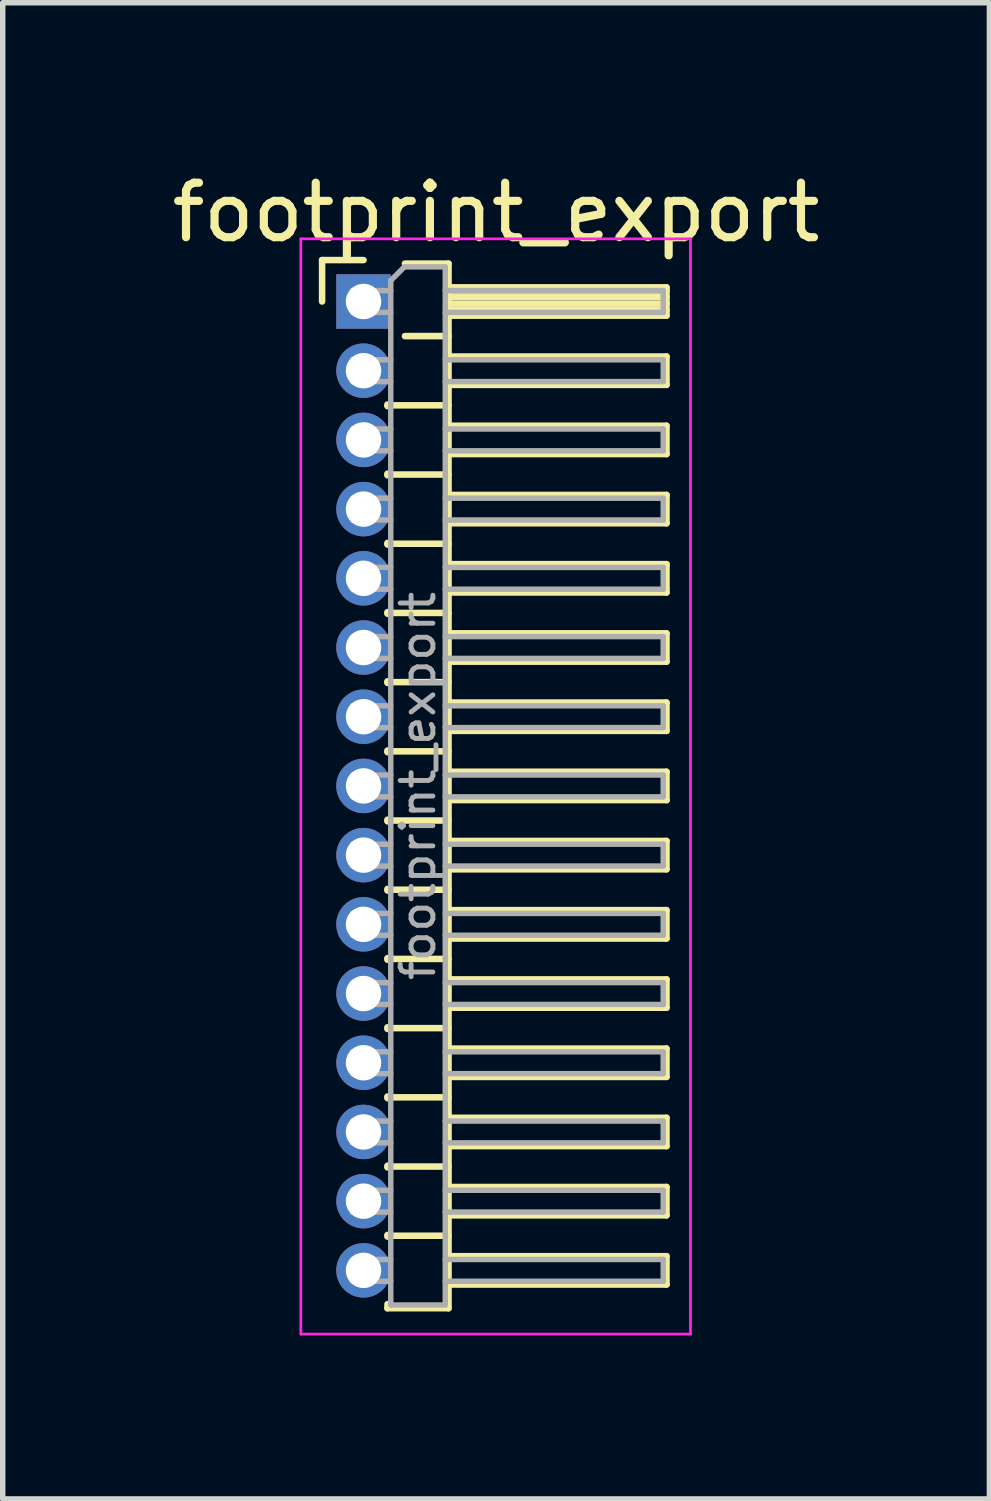
<source format=kicad_pcb>
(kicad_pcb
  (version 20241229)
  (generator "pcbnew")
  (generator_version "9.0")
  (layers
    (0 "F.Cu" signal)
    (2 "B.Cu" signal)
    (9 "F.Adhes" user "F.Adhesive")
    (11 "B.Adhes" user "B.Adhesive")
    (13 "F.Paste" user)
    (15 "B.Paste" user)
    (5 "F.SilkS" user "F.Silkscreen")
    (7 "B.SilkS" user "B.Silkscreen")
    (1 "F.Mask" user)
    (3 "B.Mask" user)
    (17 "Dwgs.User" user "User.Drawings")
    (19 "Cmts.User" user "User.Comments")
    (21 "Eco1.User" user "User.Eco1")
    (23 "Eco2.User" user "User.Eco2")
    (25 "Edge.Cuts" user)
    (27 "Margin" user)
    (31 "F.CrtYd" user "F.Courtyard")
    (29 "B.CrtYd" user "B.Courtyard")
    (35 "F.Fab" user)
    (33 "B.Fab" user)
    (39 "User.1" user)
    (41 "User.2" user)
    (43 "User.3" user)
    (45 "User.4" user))
  (footprint "footprint_export"
    (layer "F.Cu")
    (at 3.621 2.483)
    (property "Reference" "footprint_export" (at 2.433 -1.635 0) (layer "F.SilkS") (effects (font (size 1 1) (thickness 0.15))))
    (attr through_hole)
    (fp_line (start -0.76 -0.76) (end 0 -0.76) (stroke (width 0.12) (type solid)) (layer "F.SilkS"))
    (fp_line (start -0.76 0) (end -0.76 -0.76) (stroke (width 0.12) (type solid)) (layer "F.SilkS"))
    (fp_line (start 0.44 1.89) (end 0.44 1.92) (stroke (width 0.12) (type solid)) (layer "F.SilkS"))
    (fp_line (start 0.44 1.905) (end 1.56 1.905) (stroke (width 0.12) (type solid)) (layer "F.SilkS"))
    (fp_line (start 0.44 3.16) (end 0.44 3.19) (stroke (width 0.12) (type solid)) (layer "F.SilkS"))
    (fp_line (start 0.44 3.175) (end 1.56 3.175) (stroke (width 0.12) (type solid)) (layer "F.SilkS"))
    (fp_line (start 0.44 4.43) (end 0.44 4.46) (stroke (width 0.12) (type solid)) (layer "F.SilkS"))
    (fp_line (start 0.44 4.445) (end 1.56 4.445) (stroke (width 0.12) (type solid)) (layer "F.SilkS"))
    (fp_line (start 0.44 5.7) (end 0.44 5.73) (stroke (width 0.12) (type solid)) (layer "F.SilkS"))
    (fp_line (start 0.44 5.715) (end 1.56 5.715) (stroke (width 0.12) (type solid)) (layer "F.SilkS"))
    (fp_line (start 0.44 6.97) (end 0.44 7) (stroke (width 0.12) (type solid)) (layer "F.SilkS"))
    (fp_line (start 0.44 6.985) (end 1.56 6.985) (stroke (width 0.12) (type solid)) (layer "F.SilkS"))
    (fp_line (start 0.44 8.24) (end 0.44 8.27) (stroke (width 0.12) (type solid)) (layer "F.SilkS"))
    (fp_line (start 0.44 8.255) (end 1.56 8.255) (stroke (width 0.12) (type solid)) (layer "F.SilkS"))
    (fp_line (start 0.44 9.51) (end 0.44 9.54) (stroke (width 0.12) (type solid)) (layer "F.SilkS"))
    (fp_line (start 0.44 9.525) (end 1.56 9.525) (stroke (width 0.12) (type solid)) (layer "F.SilkS"))
    (fp_line (start 0.44 10.78) (end 0.44 10.81) (stroke (width 0.12) (type solid)) (layer "F.SilkS"))
    (fp_line (start 0.44 10.795) (end 1.56 10.795) (stroke (width 0.12) (type solid)) (layer "F.SilkS"))
    (fp_line (start 0.44 12.05) (end 0.44 12.08) (stroke (width 0.12) (type solid)) (layer "F.SilkS"))
    (fp_line (start 0.44 12.065) (end 1.56 12.065) (stroke (width 0.12) (type solid)) (layer "F.SilkS"))
    (fp_line (start 0.44 13.32) (end 0.44 13.35) (stroke (width 0.12) (type solid)) (layer "F.SilkS"))
    (fp_line (start 0.44 13.335) (end 1.56 13.335) (stroke (width 0.12) (type solid)) (layer "F.SilkS"))
    (fp_line (start 0.44 14.59) (end 0.44 14.62) (stroke (width 0.12) (type solid)) (layer "F.SilkS"))
    (fp_line (start 0.44 14.605) (end 1.56 14.605) (stroke (width 0.12) (type solid)) (layer "F.SilkS"))
    (fp_line (start 0.44 15.86) (end 0.44 15.89) (stroke (width 0.12) (type solid)) (layer "F.SilkS"))
    (fp_line (start 0.44 15.875) (end 1.56 15.875) (stroke (width 0.12) (type solid)) (layer "F.SilkS"))
    (fp_line (start 0.44 17.13) (end 0.44 17.16) (stroke (width 0.12) (type solid)) (layer "F.SilkS"))
    (fp_line (start 0.44 17.145) (end 1.56 17.145) (stroke (width 0.12) (type solid)) (layer "F.SilkS"))
    (fp_line (start 0.44 18.475) (end 0.44 18.4) (stroke (width 0.12) (type solid)) (layer "F.SilkS"))
    (fp_line (start 0.76 -0.695) (end 1.56 -0.695) (stroke (width 0.12) (type solid)) (layer "F.SilkS"))
    (fp_line (start 0.76 0.635) (end 1.56 0.635) (stroke (width 0.12) (type solid)) (layer "F.SilkS"))
    (fp_line (start 1.56 -0.695) (end 1.56 18.475) (stroke (width 0.12) (type solid)) (layer "F.SilkS"))
    (fp_line (start 1.56 -0.26) (end 5.56 -0.26) (stroke (width 0.12) (type solid)) (layer "F.SilkS"))
    (fp_line (start 1.56 -0.2) (end 5.56 -0.2) (stroke (width 0.12) (type solid)) (layer "F.SilkS"))
    (fp_line (start 1.56 -0.08) (end 5.56 -0.08) (stroke (width 0.12) (type solid)) (layer "F.SilkS"))
    (fp_line (start 1.56 0.04) (end 5.56 0.04) (stroke (width 0.12) (type solid)) (layer "F.SilkS"))
    (fp_line (start 1.56 0.16) (end 5.56 0.16) (stroke (width 0.12) (type solid)) (layer "F.SilkS"))
    (fp_line (start 1.56 1.01) (end 5.56 1.01) (stroke (width 0.12) (type solid)) (layer "F.SilkS"))
    (fp_line (start 1.56 2.28) (end 5.56 2.28) (stroke (width 0.12) (type solid)) (layer "F.SilkS"))
    (fp_line (start 1.56 3.55) (end 5.56 3.55) (stroke (width 0.12) (type solid)) (layer "F.SilkS"))
    (fp_line (start 1.56 4.82) (end 5.56 4.82) (stroke (width 0.12) (type solid)) (layer "F.SilkS"))
    (fp_line (start 1.56 6.09) (end 5.56 6.09) (stroke (width 0.12) (type solid)) (layer "F.SilkS"))
    (fp_line (start 1.56 7.36) (end 5.56 7.36) (stroke (width 0.12) (type solid)) (layer "F.SilkS"))
    (fp_line (start 1.56 8.63) (end 5.56 8.63) (stroke (width 0.12) (type solid)) (layer "F.SilkS"))
    (fp_line (start 1.56 9.9) (end 5.56 9.9) (stroke (width 0.12) (type solid)) (layer "F.SilkS"))
    (fp_line (start 1.56 11.17) (end 5.56 11.17) (stroke (width 0.12) (type solid)) (layer "F.SilkS"))
    (fp_line (start 1.56 12.44) (end 5.56 12.44) (stroke (width 0.12) (type solid)) (layer "F.SilkS"))
    (fp_line (start 1.56 13.71) (end 5.56 13.71) (stroke (width 0.12) (type solid)) (layer "F.SilkS"))
    (fp_line (start 1.56 14.98) (end 5.56 14.98) (stroke (width 0.12) (type solid)) (layer "F.SilkS"))
    (fp_line (start 1.56 16.25) (end 5.56 16.25) (stroke (width 0.12) (type solid)) (layer "F.SilkS"))
    (fp_line (start 1.56 17.52) (end 5.56 17.52) (stroke (width 0.12) (type solid)) (layer "F.SilkS"))
    (fp_line (start 1.56 18.475) (end 0.44 18.475) (stroke (width 0.12) (type solid)) (layer "F.SilkS"))
    (fp_line (start 5.56 -0.26) (end 5.56 0.26) (stroke (width 0.12) (type solid)) (layer "F.SilkS"))
    (fp_line (start 5.56 0.26) (end 1.56 0.26) (stroke (width 0.12) (type solid)) (layer "F.SilkS"))
    (fp_line (start 5.56 1.01) (end 5.56 1.53) (stroke (width 0.12) (type solid)) (layer "F.SilkS"))
    (fp_line (start 5.56 1.53) (end 1.56 1.53) (stroke (width 0.12) (type solid)) (layer "F.SilkS"))
    (fp_line (start 5.56 2.28) (end 5.56 2.8) (stroke (width 0.12) (type solid)) (layer "F.SilkS"))
    (fp_line (start 5.56 2.8) (end 1.56 2.8) (stroke (width 0.12) (type solid)) (layer "F.SilkS"))
    (fp_line (start 5.56 3.55) (end 5.56 4.07) (stroke (width 0.12) (type solid)) (layer "F.SilkS"))
    (fp_line (start 5.56 4.07) (end 1.56 4.07) (stroke (width 0.12) (type solid)) (layer "F.SilkS"))
    (fp_line (start 5.56 4.82) (end 5.56 5.34) (stroke (width 0.12) (type solid)) (layer "F.SilkS"))
    (fp_line (start 5.56 5.34) (end 1.56 5.34) (stroke (width 0.12) (type solid)) (layer "F.SilkS"))
    (fp_line (start 5.56 6.09) (end 5.56 6.61) (stroke (width 0.12) (type solid)) (layer "F.SilkS"))
    (fp_line (start 5.56 6.61) (end 1.56 6.61) (stroke (width 0.12) (type solid)) (layer "F.SilkS"))
    (fp_line (start 5.56 7.36) (end 5.56 7.88) (stroke (width 0.12) (type solid)) (layer "F.SilkS"))
    (fp_line (start 5.56 7.88) (end 1.56 7.88) (stroke (width 0.12) (type solid)) (layer "F.SilkS"))
    (fp_line (start 5.56 8.63) (end 5.56 9.15) (stroke (width 0.12) (type solid)) (layer "F.SilkS"))
    (fp_line (start 5.56 9.15) (end 1.56 9.15) (stroke (width 0.12) (type solid)) (layer "F.SilkS"))
    (fp_line (start 5.56 9.9) (end 5.56 10.42) (stroke (width 0.12) (type solid)) (layer "F.SilkS"))
    (fp_line (start 5.56 10.42) (end 1.56 10.42) (stroke (width 0.12) (type solid)) (layer "F.SilkS"))
    (fp_line (start 5.56 11.17) (end 5.56 11.69) (stroke (width 0.12) (type solid)) (layer "F.SilkS"))
    (fp_line (start 5.56 11.69) (end 1.56 11.69) (stroke (width 0.12) (type solid)) (layer "F.SilkS"))
    (fp_line (start 5.56 12.44) (end 5.56 12.96) (stroke (width 0.12) (type solid)) (layer "F.SilkS"))
    (fp_line (start 5.56 12.96) (end 1.56 12.96) (stroke (width 0.12) (type solid)) (layer "F.SilkS"))
    (fp_line (start 5.56 13.71) (end 5.56 14.23) (stroke (width 0.12) (type solid)) (layer "F.SilkS"))
    (fp_line (start 5.56 14.23) (end 1.56 14.23) (stroke (width 0.12) (type solid)) (layer "F.SilkS"))
    (fp_line (start 5.56 14.98) (end 5.56 15.5) (stroke (width 0.12) (type solid)) (layer "F.SilkS"))
    (fp_line (start 5.56 15.5) (end 1.56 15.5) (stroke (width 0.12) (type solid)) (layer "F.SilkS"))
    (fp_line (start 5.56 16.25) (end 5.56 16.77) (stroke (width 0.12) (type solid)) (layer "F.SilkS"))
    (fp_line (start 5.56 16.77) (end 1.56 16.77) (stroke (width 0.12) (type solid)) (layer "F.SilkS"))
    (fp_line (start 5.56 17.52) (end 5.56 18.04) (stroke (width 0.12) (type solid)) (layer "F.SilkS"))
    (fp_line (start 5.56 18.04) (end 1.56 18.04) (stroke (width 0.12) (type solid)) (layer "F.SilkS"))
    (fp_line (start -1.15 -1.15) (end -1.15 18.95) (stroke (width 0.05) (type solid)) (layer "F.CrtYd"))
    (fp_line (start -1.15 18.95) (end 6 18.95) (stroke (width 0.05) (type solid)) (layer "F.CrtYd"))
    (fp_line (start 6 -1.15) (end -1.15 -1.15) (stroke (width 0.05) (type solid)) (layer "F.CrtYd"))
    (fp_line (start 6 18.95) (end 6 -1.15) (stroke (width 0.05) (type solid)) (layer "F.CrtYd"))
    (fp_line (start -0.2 -0.2) (end -0.2 0.2) (stroke (width 0.1) (type solid)) (layer "F.Fab"))
    (fp_line (start -0.2 -0.2) (end 0.5 -0.2) (stroke (width 0.1) (type solid)) (layer "F.Fab"))
    (fp_line (start -0.2 0.2) (end 0.5 0.2) (stroke (width 0.1) (type solid)) (layer "F.Fab"))
    (fp_line (start -0.2 1.07) (end -0.2 1.47) (stroke (width 0.1) (type solid)) (layer "F.Fab"))
    (fp_line (start -0.2 1.07) (end 0.5 1.07) (stroke (width 0.1) (type solid)) (layer "F.Fab"))
    (fp_line (start -0.2 1.47) (end 0.5 1.47) (stroke (width 0.1) (type solid)) (layer "F.Fab"))
    (fp_line (start -0.2 2.34) (end -0.2 2.74) (stroke (width 0.1) (type solid)) (layer "F.Fab"))
    (fp_line (start -0.2 2.34) (end 0.5 2.34) (stroke (width 0.1) (type solid)) (layer "F.Fab"))
    (fp_line (start -0.2 2.74) (end 0.5 2.74) (stroke (width 0.1) (type solid)) (layer "F.Fab"))
    (fp_line (start -0.2 3.61) (end -0.2 4.01) (stroke (width 0.1) (type solid)) (layer "F.Fab"))
    (fp_line (start -0.2 3.61) (end 0.5 3.61) (stroke (width 0.1) (type solid)) (layer "F.Fab"))
    (fp_line (start -0.2 4.01) (end 0.5 4.01) (stroke (width 0.1) (type solid)) (layer "F.Fab"))
    (fp_line (start -0.2 4.88) (end -0.2 5.28) (stroke (width 0.1) (type solid)) (layer "F.Fab"))
    (fp_line (start -0.2 4.88) (end 0.5 4.88) (stroke (width 0.1) (type solid)) (layer "F.Fab"))
    (fp_line (start -0.2 5.28) (end 0.5 5.28) (stroke (width 0.1) (type solid)) (layer "F.Fab"))
    (fp_line (start -0.2 6.15) (end -0.2 6.55) (stroke (width 0.1) (type solid)) (layer "F.Fab"))
    (fp_line (start -0.2 6.15) (end 0.5 6.15) (stroke (width 0.1) (type solid)) (layer "F.Fab"))
    (fp_line (start -0.2 6.55) (end 0.5 6.55) (stroke (width 0.1) (type solid)) (layer "F.Fab"))
    (fp_line (start -0.2 7.42) (end -0.2 7.82) (stroke (width 0.1) (type solid)) (layer "F.Fab"))
    (fp_line (start -0.2 7.42) (end 0.5 7.42) (stroke (width 0.1) (type solid)) (layer "F.Fab"))
    (fp_line (start -0.2 7.82) (end 0.5 7.82) (stroke (width 0.1) (type solid)) (layer "F.Fab"))
    (fp_line (start -0.2 8.69) (end -0.2 9.09) (stroke (width 0.1) (type solid)) (layer "F.Fab"))
    (fp_line (start -0.2 8.69) (end 0.5 8.69) (stroke (width 0.1) (type solid)) (layer "F.Fab"))
    (fp_line (start -0.2 9.09) (end 0.5 9.09) (stroke (width 0.1) (type solid)) (layer "F.Fab"))
    (fp_line (start -0.2 9.96) (end -0.2 10.36) (stroke (width 0.1) (type solid)) (layer "F.Fab"))
    (fp_line (start -0.2 9.96) (end 0.5 9.96) (stroke (width 0.1) (type solid)) (layer "F.Fab"))
    (fp_line (start -0.2 10.36) (end 0.5 10.36) (stroke (width 0.1) (type solid)) (layer "F.Fab"))
    (fp_line (start -0.2 11.23) (end -0.2 11.63) (stroke (width 0.1) (type solid)) (layer "F.Fab"))
    (fp_line (start -0.2 11.23) (end 0.5 11.23) (stroke (width 0.1) (type solid)) (layer "F.Fab"))
    (fp_line (start -0.2 11.63) (end 0.5 11.63) (stroke (width 0.1) (type solid)) (layer "F.Fab"))
    (fp_line (start -0.2 12.5) (end -0.2 12.9) (stroke (width 0.1) (type solid)) (layer "F.Fab"))
    (fp_line (start -0.2 12.5) (end 0.5 12.5) (stroke (width 0.1) (type solid)) (layer "F.Fab"))
    (fp_line (start -0.2 12.9) (end 0.5 12.9) (stroke (width 0.1) (type solid)) (layer "F.Fab"))
    (fp_line (start -0.2 13.77) (end -0.2 14.17) (stroke (width 0.1) (type solid)) (layer "F.Fab"))
    (fp_line (start -0.2 13.77) (end 0.5 13.77) (stroke (width 0.1) (type solid)) (layer "F.Fab"))
    (fp_line (start -0.2 14.17) (end 0.5 14.17) (stroke (width 0.1) (type solid)) (layer "F.Fab"))
    (fp_line (start -0.2 15.04) (end -0.2 15.44) (stroke (width 0.1) (type solid)) (layer "F.Fab"))
    (fp_line (start -0.2 15.04) (end 0.5 15.04) (stroke (width 0.1) (type solid)) (layer "F.Fab"))
    (fp_line (start -0.2 15.44) (end 0.5 15.44) (stroke (width 0.1) (type solid)) (layer "F.Fab"))
    (fp_line (start -0.2 16.31) (end -0.2 16.71) (stroke (width 0.1) (type solid)) (layer "F.Fab"))
    (fp_line (start -0.2 16.31) (end 0.5 16.31) (stroke (width 0.1) (type solid)) (layer "F.Fab"))
    (fp_line (start -0.2 16.71) (end 0.5 16.71) (stroke (width 0.1) (type solid)) (layer "F.Fab"))
    (fp_line (start -0.2 17.58) (end -0.2 17.98) (stroke (width 0.1) (type solid)) (layer "F.Fab"))
    (fp_line (start -0.2 17.58) (end 0.5 17.58) (stroke (width 0.1) (type solid)) (layer "F.Fab"))
    (fp_line (start -0.2 17.98) (end 0.5 17.98) (stroke (width 0.1) (type solid)) (layer "F.Fab"))
    (fp_line (start 0.5 -0.385) (end 0.75 -0.635) (stroke (width 0.1) (type solid)) (layer "F.Fab"))
    (fp_line (start 0.5 18.415) (end 0.5 -0.385) (stroke (width 0.1) (type solid)) (layer "F.Fab"))
    (fp_line (start 0.75 -0.635) (end 1.5 -0.635) (stroke (width 0.1) (type solid)) (layer "F.Fab"))
    (fp_line (start 1.5 -0.635) (end 1.5 18.415) (stroke (width 0.1) (type solid)) (layer "F.Fab"))
    (fp_line (start 1.5 -0.2) (end 5.5 -0.2) (stroke (width 0.1) (type solid)) (layer "F.Fab"))
    (fp_line (start 1.5 0.2) (end 5.5 0.2) (stroke (width 0.1) (type solid)) (layer "F.Fab"))
    (fp_line (start 1.5 1.07) (end 5.5 1.07) (stroke (width 0.1) (type solid)) (layer "F.Fab"))
    (fp_line (start 1.5 1.47) (end 5.5 1.47) (stroke (width 0.1) (type solid)) (layer "F.Fab"))
    (fp_line (start 1.5 2.34) (end 5.5 2.34) (stroke (width 0.1) (type solid)) (layer "F.Fab"))
    (fp_line (start 1.5 2.74) (end 5.5 2.74) (stroke (width 0.1) (type solid)) (layer "F.Fab"))
    (fp_line (start 1.5 3.61) (end 5.5 3.61) (stroke (width 0.1) (type solid)) (layer "F.Fab"))
    (fp_line (start 1.5 4.01) (end 5.5 4.01) (stroke (width 0.1) (type solid)) (layer "F.Fab"))
    (fp_line (start 1.5 4.88) (end 5.5 4.88) (stroke (width 0.1) (type solid)) (layer "F.Fab"))
    (fp_line (start 1.5 5.28) (end 5.5 5.28) (stroke (width 0.1) (type solid)) (layer "F.Fab"))
    (fp_line (start 1.5 6.15) (end 5.5 6.15) (stroke (width 0.1) (type solid)) (layer "F.Fab"))
    (fp_line (start 1.5 6.55) (end 5.5 6.55) (stroke (width 0.1) (type solid)) (layer "F.Fab"))
    (fp_line (start 1.5 7.42) (end 5.5 7.42) (stroke (width 0.1) (type solid)) (layer "F.Fab"))
    (fp_line (start 1.5 7.82) (end 5.5 7.82) (stroke (width 0.1) (type solid)) (layer "F.Fab"))
    (fp_line (start 1.5 8.69) (end 5.5 8.69) (stroke (width 0.1) (type solid)) (layer "F.Fab"))
    (fp_line (start 1.5 9.09) (end 5.5 9.09) (stroke (width 0.1) (type solid)) (layer "F.Fab"))
    (fp_line (start 1.5 9.96) (end 5.5 9.96) (stroke (width 0.1) (type solid)) (layer "F.Fab"))
    (fp_line (start 1.5 10.36) (end 5.5 10.36) (stroke (width 0.1) (type solid)) (layer "F.Fab"))
    (fp_line (start 1.5 11.23) (end 5.5 11.23) (stroke (width 0.1) (type solid)) (layer "F.Fab"))
    (fp_line (start 1.5 11.63) (end 5.5 11.63) (stroke (width 0.1) (type solid)) (layer "F.Fab"))
    (fp_line (start 1.5 12.5) (end 5.5 12.5) (stroke (width 0.1) (type solid)) (layer "F.Fab"))
    (fp_line (start 1.5 12.9) (end 5.5 12.9) (stroke (width 0.1) (type solid)) (layer "F.Fab"))
    (fp_line (start 1.5 13.77) (end 5.5 13.77) (stroke (width 0.1) (type solid)) (layer "F.Fab"))
    (fp_line (start 1.5 14.17) (end 5.5 14.17) (stroke (width 0.1) (type solid)) (layer "F.Fab"))
    (fp_line (start 1.5 15.04) (end 5.5 15.04) (stroke (width 0.1) (type solid)) (layer "F.Fab"))
    (fp_line (start 1.5 15.44) (end 5.5 15.44) (stroke (width 0.1) (type solid)) (layer "F.Fab"))
    (fp_line (start 1.5 16.31) (end 5.5 16.31) (stroke (width 0.1) (type solid)) (layer "F.Fab"))
    (fp_line (start 1.5 16.71) (end 5.5 16.71) (stroke (width 0.1) (type solid)) (layer "F.Fab"))
    (fp_line (start 1.5 17.58) (end 5.5 17.58) (stroke (width 0.1) (type solid)) (layer "F.Fab"))
    (fp_line (start 1.5 17.98) (end 5.5 17.98) (stroke (width 0.1) (type solid)) (layer "F.Fab"))
    (fp_line (start 1.5 18.415) (end 0.5 18.415) (stroke (width 0.1) (type solid)) (layer "F.Fab"))
    (fp_line (start 5.5 -0.2) (end 5.5 0.2) (stroke (width 0.1) (type solid)) (layer "F.Fab"))
    (fp_line (start 5.5 1.07) (end 5.5 1.47) (stroke (width 0.1) (type solid)) (layer "F.Fab"))
    (fp_line (start 5.5 2.34) (end 5.5 2.74) (stroke (width 0.1) (type solid)) (layer "F.Fab"))
    (fp_line (start 5.5 3.61) (end 5.5 4.01) (stroke (width 0.1) (type solid)) (layer "F.Fab"))
    (fp_line (start 5.5 4.88) (end 5.5 5.28) (stroke (width 0.1) (type solid)) (layer "F.Fab"))
    (fp_line (start 5.5 6.15) (end 5.5 6.55) (stroke (width 0.1) (type solid)) (layer "F.Fab"))
    (fp_line (start 5.5 7.42) (end 5.5 7.82) (stroke (width 0.1) (type solid)) (layer "F.Fab"))
    (fp_line (start 5.5 8.69) (end 5.5 9.09) (stroke (width 0.1) (type solid)) (layer "F.Fab"))
    (fp_line (start 5.5 9.96) (end 5.5 10.36) (stroke (width 0.1) (type solid)) (layer "F.Fab"))
    (fp_line (start 5.5 11.23) (end 5.5 11.63) (stroke (width 0.1) (type solid)) (layer "F.Fab"))
    (fp_line (start 5.5 12.5) (end 5.5 12.9) (stroke (width 0.1) (type solid)) (layer "F.Fab"))
    (fp_line (start 5.5 13.77) (end 5.5 14.17) (stroke (width 0.1) (type solid)) (layer "F.Fab"))
    (fp_line (start 5.5 15.04) (end 5.5 15.44) (stroke (width 0.1) (type solid)) (layer "F.Fab"))
    (fp_line (start 5.5 16.31) (end 5.5 16.71) (stroke (width 0.1) (type solid)) (layer "F.Fab"))
    (fp_line (start 5.5 17.58) (end 5.5 17.98) (stroke (width 0.1) (type solid)) (layer "F.Fab"))
    (fp_text user "${REFERENCE}" (at 1 8.89 90) (layer "F.Fab") (effects (font (size 0.6 0.6) (thickness 0.09))))
    (pad "1" thru_hole rect (at 0 0) (size 1 1) (drill 0.65) (layers "*.Cu" "*.Mask"))
    (pad "2" thru_hole oval (at 0 1.27) (size 1 1) (drill 0.65) (layers "*.Cu" "*.Mask"))
    (pad "3" thru_hole oval (at 0 2.54) (size 1 1) (drill 0.65) (layers "*.Cu" "*.Mask"))
    (pad "4" thru_hole oval (at 0 3.81) (size 1 1) (drill 0.65) (layers "*.Cu" "*.Mask"))
    (pad "5" thru_hole oval (at 0 5.08) (size 1 1) (drill 0.65) (layers "*.Cu" "*.Mask"))
    (pad "6" thru_hole oval (at 0 6.35) (size 1 1) (drill 0.65) (layers "*.Cu" "*.Mask"))
    (pad "7" thru_hole oval (at 0 7.62) (size 1 1) (drill 0.65) (layers "*.Cu" "*.Mask"))
    (pad "8" thru_hole oval (at 0 8.89) (size 1 1) (drill 0.65) (layers "*.Cu" "*.Mask"))
    (pad "9" thru_hole oval (at 0 10.16) (size 1 1) (drill 0.65) (layers "*.Cu" "*.Mask"))
    (pad "10" thru_hole oval (at 0 11.43) (size 1 1) (drill 0.65) (layers "*.Cu" "*.Mask"))
    (pad "11" thru_hole oval (at 0 12.7) (size 1 1) (drill 0.65) (layers "*.Cu" "*.Mask"))
    (pad "12" thru_hole oval (at 0 13.97) (size 1 1) (drill 0.65) (layers "*.Cu" "*.Mask"))
    (pad "13" thru_hole oval (at 0 15.24) (size 1 1) (drill 0.65) (layers "*.Cu" "*.Mask"))
    (pad "14" thru_hole oval (at 0 16.51) (size 1 1) (drill 0.65) (layers "*.Cu" "*.Mask"))
    (pad "15" thru_hole oval (at 0 17.78) (size 1 1) (drill 0.65) (layers "*.Cu" "*.Mask")))
  (gr_rect
    (start -3 -3)
    (end 15.107 24.458)
    (stroke (width 0.1) (type default))
    (fill no)
    (layer "Edge.Cuts")))
</source>
